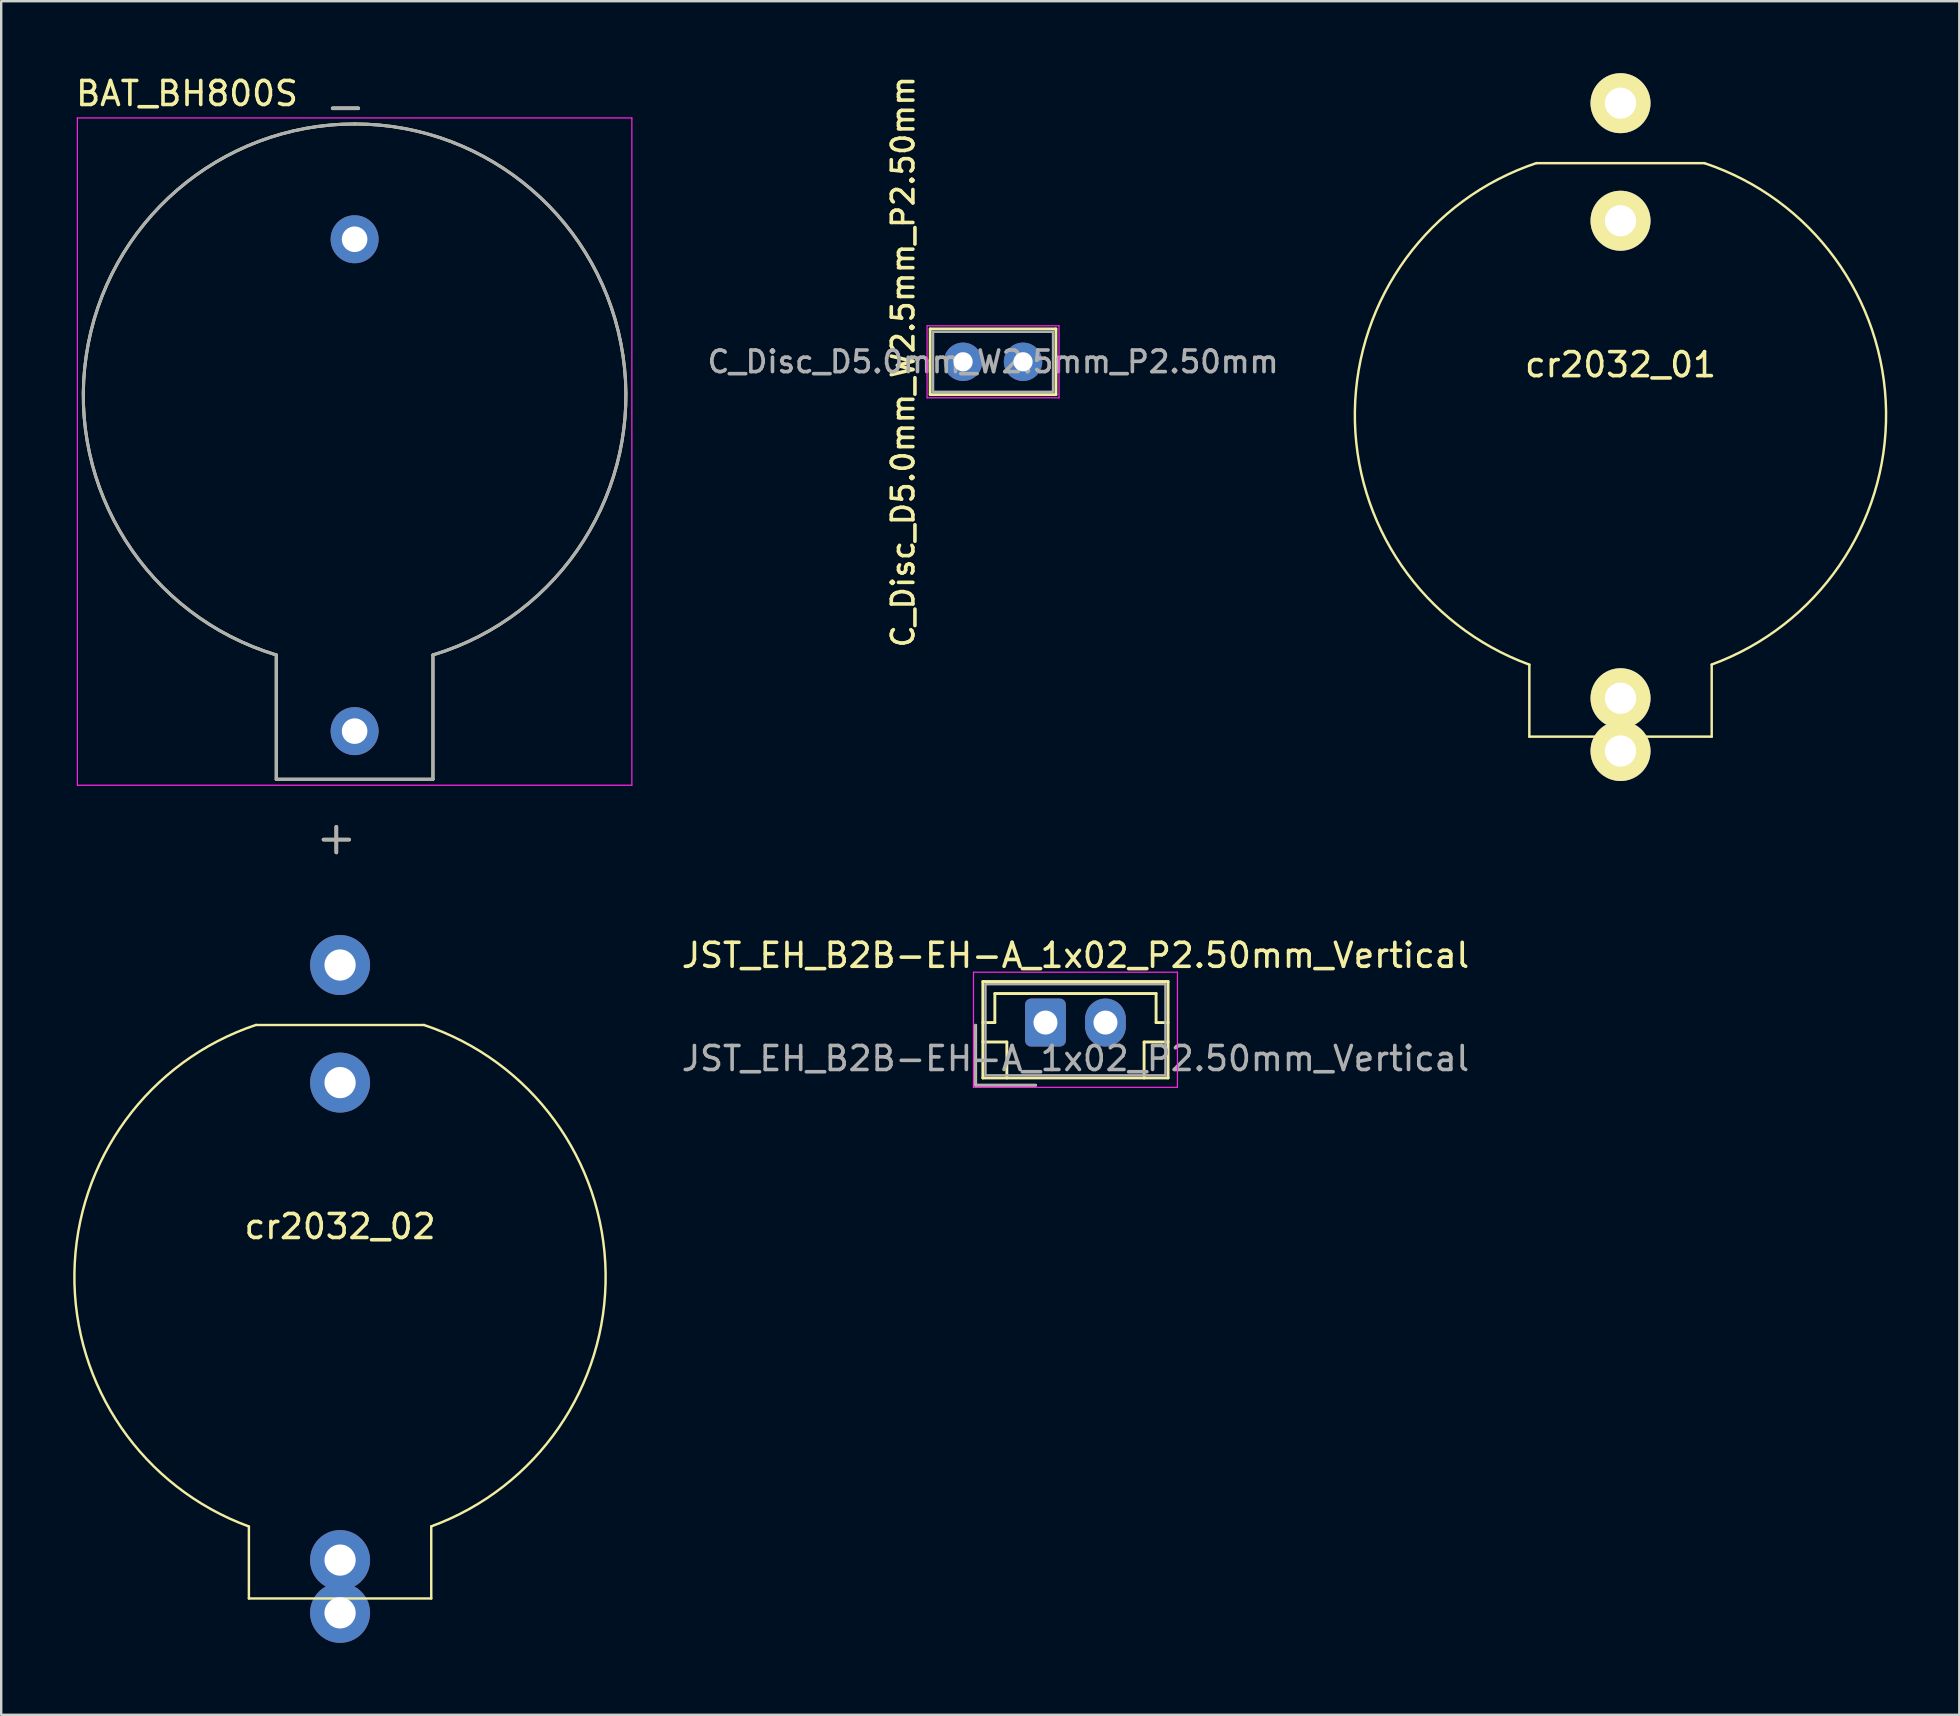
<source format=kicad_pcb>
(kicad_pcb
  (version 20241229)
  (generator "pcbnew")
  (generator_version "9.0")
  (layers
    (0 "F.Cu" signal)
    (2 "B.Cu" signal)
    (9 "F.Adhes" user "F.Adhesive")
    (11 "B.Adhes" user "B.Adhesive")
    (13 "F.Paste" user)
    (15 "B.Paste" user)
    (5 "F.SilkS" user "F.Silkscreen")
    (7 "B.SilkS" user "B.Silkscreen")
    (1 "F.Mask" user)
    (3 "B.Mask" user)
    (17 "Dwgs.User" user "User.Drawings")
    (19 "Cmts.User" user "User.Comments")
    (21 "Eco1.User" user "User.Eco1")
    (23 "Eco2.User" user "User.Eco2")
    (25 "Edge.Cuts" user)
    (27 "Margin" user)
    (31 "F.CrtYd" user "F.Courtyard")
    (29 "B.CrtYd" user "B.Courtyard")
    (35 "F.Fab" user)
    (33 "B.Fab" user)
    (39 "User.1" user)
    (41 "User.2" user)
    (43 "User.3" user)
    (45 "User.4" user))
  (footprint "C_Disc_D5.0mm_W2.5mm_P2.50mm"
    (layer "F.Cu")
    (at 37.087 12.028)
    (property "Reference" "C_Disc_D5.0mm_W2.5mm_P2.50mm" (at -2.5 0 270) (layer "F.SilkS") (effects (font (size 0.9 0.9) (thickness 0.15))))
    (attr through_hole)
    (fp_line (start -1.37 -1.37) (end -1.37 1.37) (stroke (width 0.12) (type solid)) (layer "F.SilkS"))
    (fp_line (start -1.37 -1.37) (end 3.87 -1.37) (stroke (width 0.12) (type solid)) (layer "F.SilkS"))
    (fp_line (start -1.37 1.37) (end 3.87 1.37) (stroke (width 0.12) (type solid)) (layer "F.SilkS"))
    (fp_line (start 3.87 -1.37) (end 3.87 1.37) (stroke (width 0.12) (type solid)) (layer "F.SilkS"))
    (fp_line (start -1.5 -1.5) (end -1.5 1.5) (stroke (width 0.05) (type solid)) (layer "F.CrtYd"))
    (fp_line (start -1.5 1.5) (end 4 1.5) (stroke (width 0.05) (type solid)) (layer "F.CrtYd"))
    (fp_line (start 4 -1.5) (end -1.5 -1.5) (stroke (width 0.05) (type solid)) (layer "F.CrtYd"))
    (fp_line (start 4 1.5) (end 4 -1.5) (stroke (width 0.05) (type solid)) (layer "F.CrtYd"))
    (fp_line (start -1.25 -1.25) (end -1.25 1.25) (stroke (width 0.1) (type solid)) (layer "F.Fab"))
    (fp_line (start -1.25 1.25) (end 3.75 1.25) (stroke (width 0.1) (type solid)) (layer "F.Fab"))
    (fp_line (start 3.75 -1.25) (end -1.25 -1.25) (stroke (width 0.1) (type solid)) (layer "F.Fab"))
    (fp_line (start 3.75 1.25) (end 3.75 -1.25) (stroke (width 0.1) (type solid)) (layer "F.Fab"))
    (fp_text user "${REFERENCE}" (at 1.25 0 0) (layer "F.Fab") (effects (font (size 0.9 0.9) (thickness 0.15))))
    (pad "1" thru_hole circle (at 0 0) (size 1.6 1.6) (drill 0.8) (layers "*.Cu" "*.Mask"))
    (pad "2" thru_hole circle (at 2.5 0) (size 1.6 1.6) (drill 0.8) (layers "*.Cu" "*.Mask")))
  (footprint "cr2032_02"
    (layer "F.Cu")
    (at 11.123 50.169)
    (property "Reference" "cr2032_02" (at 0 -2.1 0) (layer "F.SilkS") (effects (font (size 1 1) (thickness 0.15))))
    (attr through_hole)
    (fp_line (start -3.8 10.4) (end -3.8 13.4) (stroke (width 0.102) (type solid)) (layer "F.SilkS"))
    (fp_line (start -3.8 13.4) (end 3.8 13.4) (stroke (width 0.102) (type solid)) (layer "F.SilkS"))
    (fp_line (start -3.5 -10.5) (end 3.5 -10.5) (stroke (width 0.102) (type solid)) (layer "F.SilkS"))
    (fp_line (start 3.8 13.4) (end 3.8 10.4) (stroke (width 0.102) (type solid)) (layer "F.SilkS"))
    (fp_arc (start -3.8 10.4) (mid -11.071359 -0.158129) (end -3.50143 -10.504284) (stroke (width 0.1016) (type solid)) (layer "F.SilkS"))
    (fp_arc (start 3.5 -10.5) (mid 11.066843 -0.158065) (end 3.79845 10.395758) (stroke (width 0.1016) (type solid)) (layer "F.SilkS"))
    (pad "1" thru_hole circle (at 0 11.8) (size 2.5 2.5) (drill 1.3) (layers "*.Cu" "*.Mask"))
    (pad "1" thru_hole circle (at 0 14) (size 2.5 2.5) (drill 1.3) (layers "*.Cu" "*.Mask"))
    (pad "2" thru_hole circle (at 0 -13) (size 2.5 2.5) (drill 1.3) (layers "*.Cu" "*.Mask"))
    (pad "2" thru_hole circle (at 0 -8.1) (size 2.5 2.5) (drill 1.3) (layers "*.Cu" "*.Mask")))
  (footprint "BAT_BH800S"
    (layer "F.Cu")
    (at 11.729 13.421)
    (property "Reference" "BAT_BH800S" (at -6.985 -12.573 0) (layer "F.SilkS") (effects (font (size 1 1) (thickness 0.15))))
    (attr through_hole)
    (fp_line (start -3.265 10.825) (end -3.265 16.005) (stroke (width 0.127) (type solid)) (layer "F.SilkS"))
    (fp_line (start -3.265 16.005) (end 3.265 16.005) (stroke (width 0.127) (type solid)) (layer "F.SilkS"))
    (fp_line (start 3.265 16.005) (end 3.265 10.825) (stroke (width 0.127) (type solid)) (layer "F.SilkS"))
    (fp_arc (start -3.265 10.825) (mid -11.1849 -1.649334) (end -0.000001 -11.304999) (stroke (width 0.127) (type solid)) (layer "F.SilkS"))
    (fp_arc (start 0.000001 -11.304999) (mid 11.1849 -1.649334) (end 3.265 10.825) (stroke (width 0.127) (type solid)) (layer "F.SilkS"))
    (fp_line (start -11.555 -11.555) (end 11.555 -11.555) (stroke (width 0.05) (type solid)) (layer "F.CrtYd"))
    (fp_line (start -11.555 16.255) (end -11.555 -11.555) (stroke (width 0.05) (type solid)) (layer "F.CrtYd"))
    (fp_line (start 11.555 -11.555) (end 11.555 16.255) (stroke (width 0.05) (type solid)) (layer "F.CrtYd"))
    (fp_line (start 11.555 16.255) (end -11.555 16.255) (stroke (width 0.05) (type solid)) (layer "F.CrtYd"))
    (fp_line (start -3.265 10.825) (end -3.265 16.005) (stroke (width 0.127) (type solid)) (layer "F.Fab"))
    (fp_line (start -3.265 16.005) (end 3.265 16.005) (stroke (width 0.127) (type solid)) (layer "F.Fab"))
    (fp_line (start 3.265 16.005) (end 3.265 10.825) (stroke (width 0.127) (type solid)) (layer "F.Fab"))
    (fp_arc (start -3.265 10.825) (mid -11.1849 -1.649334) (end -0.000001 -11.304999) (stroke (width 0.127) (type solid)) (layer "F.Fab"))
    (fp_arc (start 0.000001 -11.304999) (mid 11.1849 -1.649334) (end 3.265 10.825) (stroke (width 0.127) (type solid)) (layer "F.Fab"))
    (fp_text user "-" (at -0.381 -12.065 0) (layer "F.SilkS") (effects (font (size 1.4 1.4) (thickness 0.15))))
    (fp_text user "+" (at -0.762 18.415 0) (layer "F.SilkS") (effects (font (size 1.4 1.4) (thickness 0.15))))
    (fp_text user "+" (at -0.762 18.415 0) (layer "F.Fab") (effects (font (size 1.4 1.4) (thickness 0.15))))
    (fp_text user "-" (at -0.381 -12.065 0) (layer "F.Fab") (effects (font (size 1.4 1.4) (thickness 0.15))))
    (pad "+" thru_hole circle (at 0 14) (size 2 2) (drill 1.067) (layers "*.Cu" "*.Mask"))
    (pad "-" thru_hole circle (at 0 -6.5) (size 2 2) (drill 1.067) (layers "*.Cu" "*.Mask")))
  (footprint "cr2032_01"
    (layer "F.Cu")
    (at 64.488 14.25)
    (property "Reference" "cr2032_01" (at 0 -2.1 0) (layer "F.SilkS") (effects (font (size 1 1) (thickness 0.15))))
    (attr through_hole)
    (fp_line (start -3.8 10.4) (end -3.8 13.4) (stroke (width 0.102) (type solid)) (layer "F.SilkS"))
    (fp_line (start -3.8 13.4) (end 3.8 13.4) (stroke (width 0.102) (type solid)) (layer "F.SilkS"))
    (fp_line (start -3.5 -10.5) (end 3.5 -10.5) (stroke (width 0.102) (type solid)) (layer "F.SilkS"))
    (fp_line (start 3.8 13.4) (end 3.8 10.4) (stroke (width 0.102) (type solid)) (layer "F.SilkS"))
    (fp_arc (start -3.8 10.4) (mid -11.071359 -0.158129) (end -3.50143 -10.504284) (stroke (width 0.1016) (type solid)) (layer "F.SilkS"))
    (fp_arc (start 3.5 -10.5) (mid 11.066843 -0.158065) (end 3.79845 10.395758) (stroke (width 0.1016) (type solid)) (layer "F.SilkS"))
    (pad "1" thru_hole circle (at 0 -13) (size 2.5 2.5) (drill 1.3) (layers "*.Cu" "*.Mask" "F.SilkS"))
    (pad "1" thru_hole circle (at 0 -8.1) (size 2.5 2.5) (drill 1.3) (layers "*.Cu" "*.Mask" "F.SilkS"))
    (pad "2" thru_hole circle (at 0 11.8) (size 2.5 2.5) (drill 1.3) (layers "*.Cu" "*.Mask" "F.SilkS"))
    (pad "2" thru_hole circle (at 0 14) (size 2.5 2.5) (drill 1.3) (layers "*.Cu" "*.Mask" "F.SilkS")))
  (footprint "JST_EH_B2B-EH-A_1x02_P2.50mm_Vertical"
    (layer "F.Cu")
    (at 40.522 39.567)
    (property "Reference" "JST_EH_B2B-EH-A_1x02_P2.50mm_Vertical" (at 1.25 -2.8 0) (layer "F.SilkS") (effects (font (size 1 1) (thickness 0.15))))
    (attr through_hole)
    (fp_line (start -2.91 0.11) (end -2.91 2.61) (stroke (width 0.12) (type solid)) (layer "F.SilkS"))
    (fp_line (start -2.91 2.61) (end -0.41 2.61) (stroke (width 0.12) (type solid)) (layer "F.SilkS"))
    (fp_line (start -2.61 -1.71) (end -2.61 2.31) (stroke (width 0.12) (type solid)) (layer "F.SilkS"))
    (fp_line (start -2.61 0) (end -2.11 0) (stroke (width 0.12) (type solid)) (layer "F.SilkS"))
    (fp_line (start -2.61 0.81) (end -1.61 0.81) (stroke (width 0.12) (type solid)) (layer "F.SilkS"))
    (fp_line (start -2.61 2.31) (end 5.11 2.31) (stroke (width 0.12) (type solid)) (layer "F.SilkS"))
    (fp_line (start -2.11 -1.21) (end 4.61 -1.21) (stroke (width 0.12) (type solid)) (layer "F.SilkS"))
    (fp_line (start -2.11 0) (end -2.11 -1.21) (stroke (width 0.12) (type solid)) (layer "F.SilkS"))
    (fp_line (start -1.61 0.81) (end -1.61 2.31) (stroke (width 0.12) (type solid)) (layer "F.SilkS"))
    (fp_line (start 4.11 0.81) (end 4.11 2.31) (stroke (width 0.12) (type solid)) (layer "F.SilkS"))
    (fp_line (start 4.61 -1.21) (end 4.61 0) (stroke (width 0.12) (type solid)) (layer "F.SilkS"))
    (fp_line (start 4.61 0) (end 5.11 0) (stroke (width 0.12) (type solid)) (layer "F.SilkS"))
    (fp_line (start 5.11 -1.71) (end -2.61 -1.71) (stroke (width 0.12) (type solid)) (layer "F.SilkS"))
    (fp_line (start 5.11 0.81) (end 4.11 0.81) (stroke (width 0.12) (type solid)) (layer "F.SilkS"))
    (fp_line (start 5.11 2.31) (end 5.11 -1.71) (stroke (width 0.12) (type solid)) (layer "F.SilkS"))
    (fp_line (start -3 -2.1) (end -3 2.7) (stroke (width 0.05) (type solid)) (layer "F.CrtYd"))
    (fp_line (start -3 2.7) (end 5.5 2.7) (stroke (width 0.05) (type solid)) (layer "F.CrtYd"))
    (fp_line (start 5.5 -2.1) (end -3 -2.1) (stroke (width 0.05) (type solid)) (layer "F.CrtYd"))
    (fp_line (start 5.5 2.7) (end 5.5 -2.1) (stroke (width 0.05) (type solid)) (layer "F.CrtYd"))
    (fp_line (start -2.91 0.11) (end -2.91 2.61) (stroke (width 0.1) (type solid)) (layer "F.Fab"))
    (fp_line (start -2.91 2.61) (end -0.41 2.61) (stroke (width 0.1) (type solid)) (layer "F.Fab"))
    (fp_line (start -2.5 -1.6) (end -2.5 2.2) (stroke (width 0.1) (type solid)) (layer "F.Fab"))
    (fp_line (start -2.5 2.2) (end 5 2.2) (stroke (width 0.1) (type solid)) (layer "F.Fab"))
    (fp_line (start 5 -1.6) (end -2.5 -1.6) (stroke (width 0.1) (type solid)) (layer "F.Fab"))
    (fp_line (start 5 2.2) (end 5 -1.6) (stroke (width 0.1) (type solid)) (layer "F.Fab"))
    (fp_text user "${REFERENCE}" (at 1.25 1.5 0) (layer "F.Fab") (effects (font (size 1 1) (thickness 0.15))))
    (pad "1" thru_hole roundrect (at 0 0) (size 1.7 2) (drill 1) (layers "*.Cu" "*.Mask") (roundrect_rratio 0.147))
    (pad "2" thru_hole oval (at 2.5 0) (size 1.7 2) (drill 1) (layers "*.Cu" "*.Mask")))
  (gr_rect
    (start -3 -3)
    (end 78.607 68.418)
    (stroke (width 0.1) (type default))
    (fill no)
    (layer "Edge.Cuts")))
</source>
